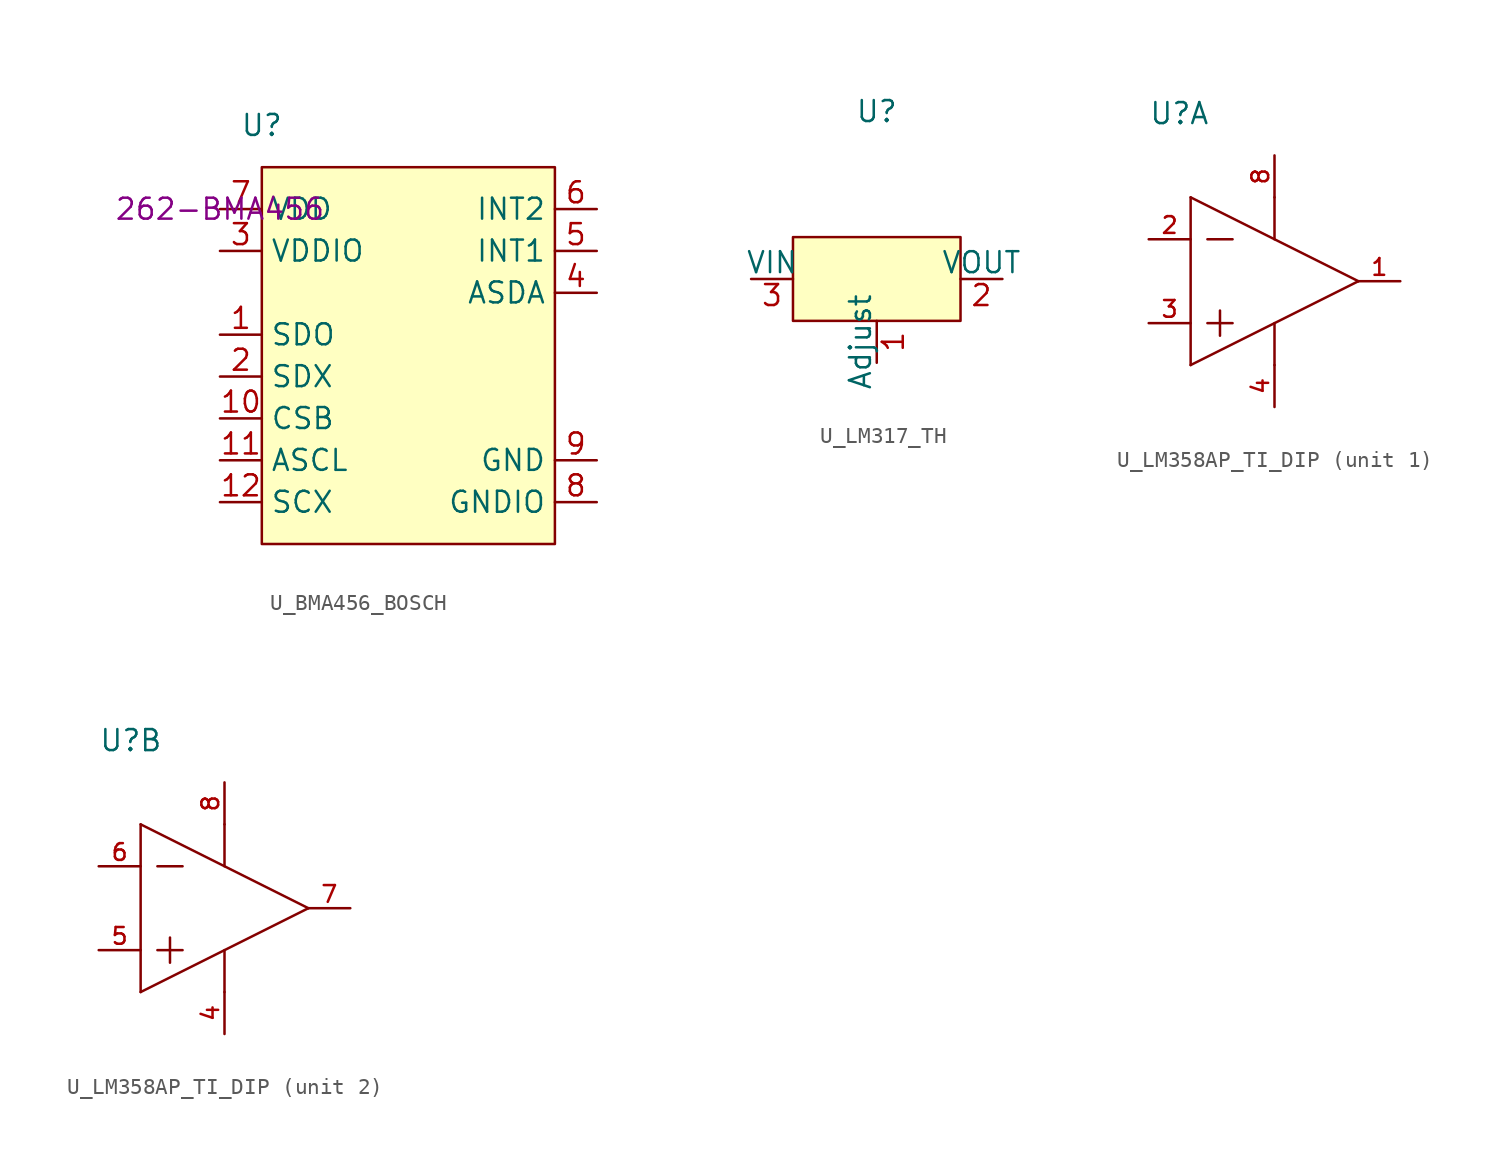
<source format=kicad_sym>
(kicad_symbol_lib
  (version 20220914)
  (generator kicad_symbol_editor)
  (symbol "U_BMA456_BOSCH"
    (property "Reference" "U"
      (at 2.54 5.08 0)
      (effects (font (size 1.27 1.27))))
    (property "Mouser" "262-BMA456"
      (at 0 0 0)
      (effects (font (size 1.27 1.27))))
    (symbol "U_BMA456_BOSCH_0_0"
      (pin bidirectional line (at 0 -7.62 0) (length 2.54) (name "SDO" (effects (font (size 1.27 1.27)))) (number "1" (effects (font (size 1.27 1.27)))))
      (pin input line (at 0 -12.7 0) (length 2.54) (name "CSB" (effects (font (size 1.27 1.27)))) (number "10" (effects (font (size 1.27 1.27)))))
      (pin output line (at 0 -15.24 0) (length 2.54) (name "ASCL" (effects (font (size 1.27 1.27)))) (number "11" (effects (font (size 1.27 1.27)))))
      (pin input line (at 0 -17.78 0) (length 2.54) (name "SCX" (effects (font (size 1.27 1.27)))) (number "12" (effects (font (size 1.27 1.27)))))
      (pin bidirectional line (at 0 -10.16 0) (length 2.54) (name "SDX" (effects (font (size 1.27 1.27)))) (number "2" (effects (font (size 1.27 1.27)))))
      (pin power_in line (at 0 -2.54 0) (length 2.54) (name "VDDIO" (effects (font (size 1.27 1.27)))) (number "3" (effects (font (size 1.27 1.27)))))
      (pin bidirectional line (at 22.86 -5.08 180) (length 2.54) (name "ASDA" (effects (font (size 1.27 1.27)))) (number "4" (effects (font (size 1.27 1.27)))))
      (pin output line (at 22.86 -2.54 180) (length 2.54) (name "INT1" (effects (font (size 1.27 1.27)))) (number "5" (effects (font (size 1.27 1.27)))))
      (pin output line (at 22.86 0 180) (length 2.54) (name "INT2" (effects (font (size 1.27 1.27)))) (number "6" (effects (font (size 1.27 1.27)))))
      (pin power_in line (at 0 0 0) (length 2.54) (name "VDD" (effects (font (size 1.27 1.27)))) (number "7" (effects (font (size 1.27 1.27)))))
      (pin power_out line (at 22.86 -17.78 180) (length 2.54) (name "GNDIO" (effects (font (size 1.27 1.27)))) (number "8" (effects (font (size 1.27 1.27)))))
      (pin power_out line (at 22.86 -15.24 180) (length 2.54) (name "GND" (effects (font (size 1.27 1.27)))) (number "9" (effects (font (size 1.27 1.27))))))
    (symbol "U_BMA456_BOSCH_0_1"
      (rectangle (start 2.54 2.54) (end 20.32 -20.32) (stroke (width 0) (type solid)) (fill (type background)))))
  (symbol "U_LM317_TH"
    (pin_names
      (offset 0))
    (property "Reference" "U"
      (at 0 10.16 0)
      (effects (font (size 1.27 1.27))))
    (symbol "U_LM317_TH_0_1"
      (rectangle (start -5.08 2.54) (end 5.08 -2.54) (stroke (width 0) (type solid)) (fill (type background))))
    (symbol "U_LM317_TH_1_1"
      (pin input line (at 0 -5.08 90) (length 2.54) (name "Adjust" (effects (font (size 1.27 1.27)))) (number "1" (effects (font (size 1.27 1.27)))))
      (pin output line (at 7.62 0 180) (length 2.54) (name "VOUT" (effects (font (size 1.27 1.27)))) (number "2" (effects (font (size 1.27 1.27)))))
      (pin input line (at -7.62 0 0) (length 2.54) (name "VIN" (effects (font (size 1.27 1.27)))) (number "3" (effects (font (size 1.27 1.27)))))))
  (symbol "U_LM358AP_TI_DIP"
    (pin_names
      (offset 1.016))
    (property "Reference" "U"
      (at 0 7.62 0)
      (effects (font (size 1.27 1.27)) (justify left)))
    (property "ki_locked" ""
      (at 0 0 0)
      (effects (font (size 1.27 1.27))))
    (symbol "U_LM358AP_TI_DIP_1_1"
      (polyline (pts (xy 2.54 -7.62) (xy 12.7 -2.54)) (stroke (width 0) (type solid)) (fill (type none)))
      (polyline (pts (xy 2.54 2.54) (xy 2.54 -7.62)) (stroke (width 0) (type solid)) (fill (type none)))
      (polyline (pts (xy 2.54 2.54) (xy 12.7 -2.54)) (stroke (width 0) (type solid)) (fill (type none)))
      (polyline (pts (xy 3.556 -5.08) (xy 5.08 -5.08)) (stroke (width 0) (type solid)) (fill (type none)))
      (polyline (pts (xy 3.556 0) (xy 5.08 0)) (stroke (width 0) (type solid)) (fill (type none)))
      (polyline (pts (xy 4.318 -4.318) (xy 4.318 -5.842)) (stroke (width 0) (type solid)) (fill (type none)))
      (polyline (pts (xy 7.62 -5.08) (xy 7.62 -7.62)) (stroke (width 0) (type solid)) (fill (type none)))
      (polyline (pts (xy 7.62 2.54) (xy 7.62 0)) (stroke (width 0) (type solid)) (fill (type none)))
      (pin output line (at 15.24 -2.54 180) (length 2.54) (name "1OUT" (effects (font (size 0 0)))) (number "1" (effects (font (size 1.016 1.016)))))
      (pin input line (at 0 0 0) (length 2.54) (name "1IN-" (effects (font (size 0 0)))) (number "2" (effects (font (size 1.016 1.016)))))
      (pin input line (at 0 -5.08 0) (length 2.54) (name "1IN+" (effects (font (size 0 0)))) (number "3" (effects (font (size 1.016 1.016)))))
      (pin power_in line (at 7.62 -10.16 90) (length 2.54) (name "GND" (effects (font (size 0 0)))) (number "4" (effects (font (size 1.016 1.016)))))
      (pin power_in line (at 7.62 5.08 270) (length 2.54) (name "VCC" (effects (font (size 0 0)))) (number "8" (effects (font (size 1.016 1.016))))))
    (symbol "U_LM358AP_TI_DIP_2_1"
      (polyline (pts (xy 2.54 -7.62) (xy 12.7 -2.54)) (stroke (width 0) (type solid)) (fill (type none)))
      (polyline (pts (xy 2.54 2.54) (xy 2.54 -7.62)) (stroke (width 0) (type solid)) (fill (type none)))
      (polyline (pts (xy 2.54 2.54) (xy 12.7 -2.54)) (stroke (width 0) (type solid)) (fill (type none)))
      (polyline (pts (xy 3.556 -5.08) (xy 5.08 -5.08)) (stroke (width 0) (type solid)) (fill (type none)))
      (polyline (pts (xy 3.556 0) (xy 5.08 0)) (stroke (width 0) (type solid)) (fill (type none)))
      (polyline (pts (xy 4.318 -4.318) (xy 4.318 -5.842)) (stroke (width 0) (type solid)) (fill (type none)))
      (polyline (pts (xy 7.62 -5.08) (xy 7.62 -7.62)) (stroke (width 0) (type solid)) (fill (type none)))
      (polyline (pts (xy 7.62 2.54) (xy 7.62 0)) (stroke (width 0) (type solid)) (fill (type none)))
      (pin power_in line (at 7.62 -10.16 90) (length 2.54) (name "GND" (effects (font (size 0 0)))) (number "4" (effects (font (size 1.016 1.016)))))
      (pin input line (at 0 -5.08 0) (length 2.54) (name "2IN+" (effects (font (size 0 0)))) (number "5" (effects (font (size 1.016 1.016)))))
      (pin input line (at 0 0 0) (length 2.54) (name "2IN-" (effects (font (size 0 0)))) (number "6" (effects (font (size 1.016 1.016)))))
      (pin output line (at 15.24 -2.54 180) (length 2.54) (name "2OUT" (effects (font (size 0 0)))) (number "7" (effects (font (size 1.016 1.016)))))
      (pin power_in line (at 7.62 5.08 270) (length 2.54) (name "VCC" (effects (font (size 0 0)))) (number "8" (effects (font (size 1.016 1.016))))))))
</source>
